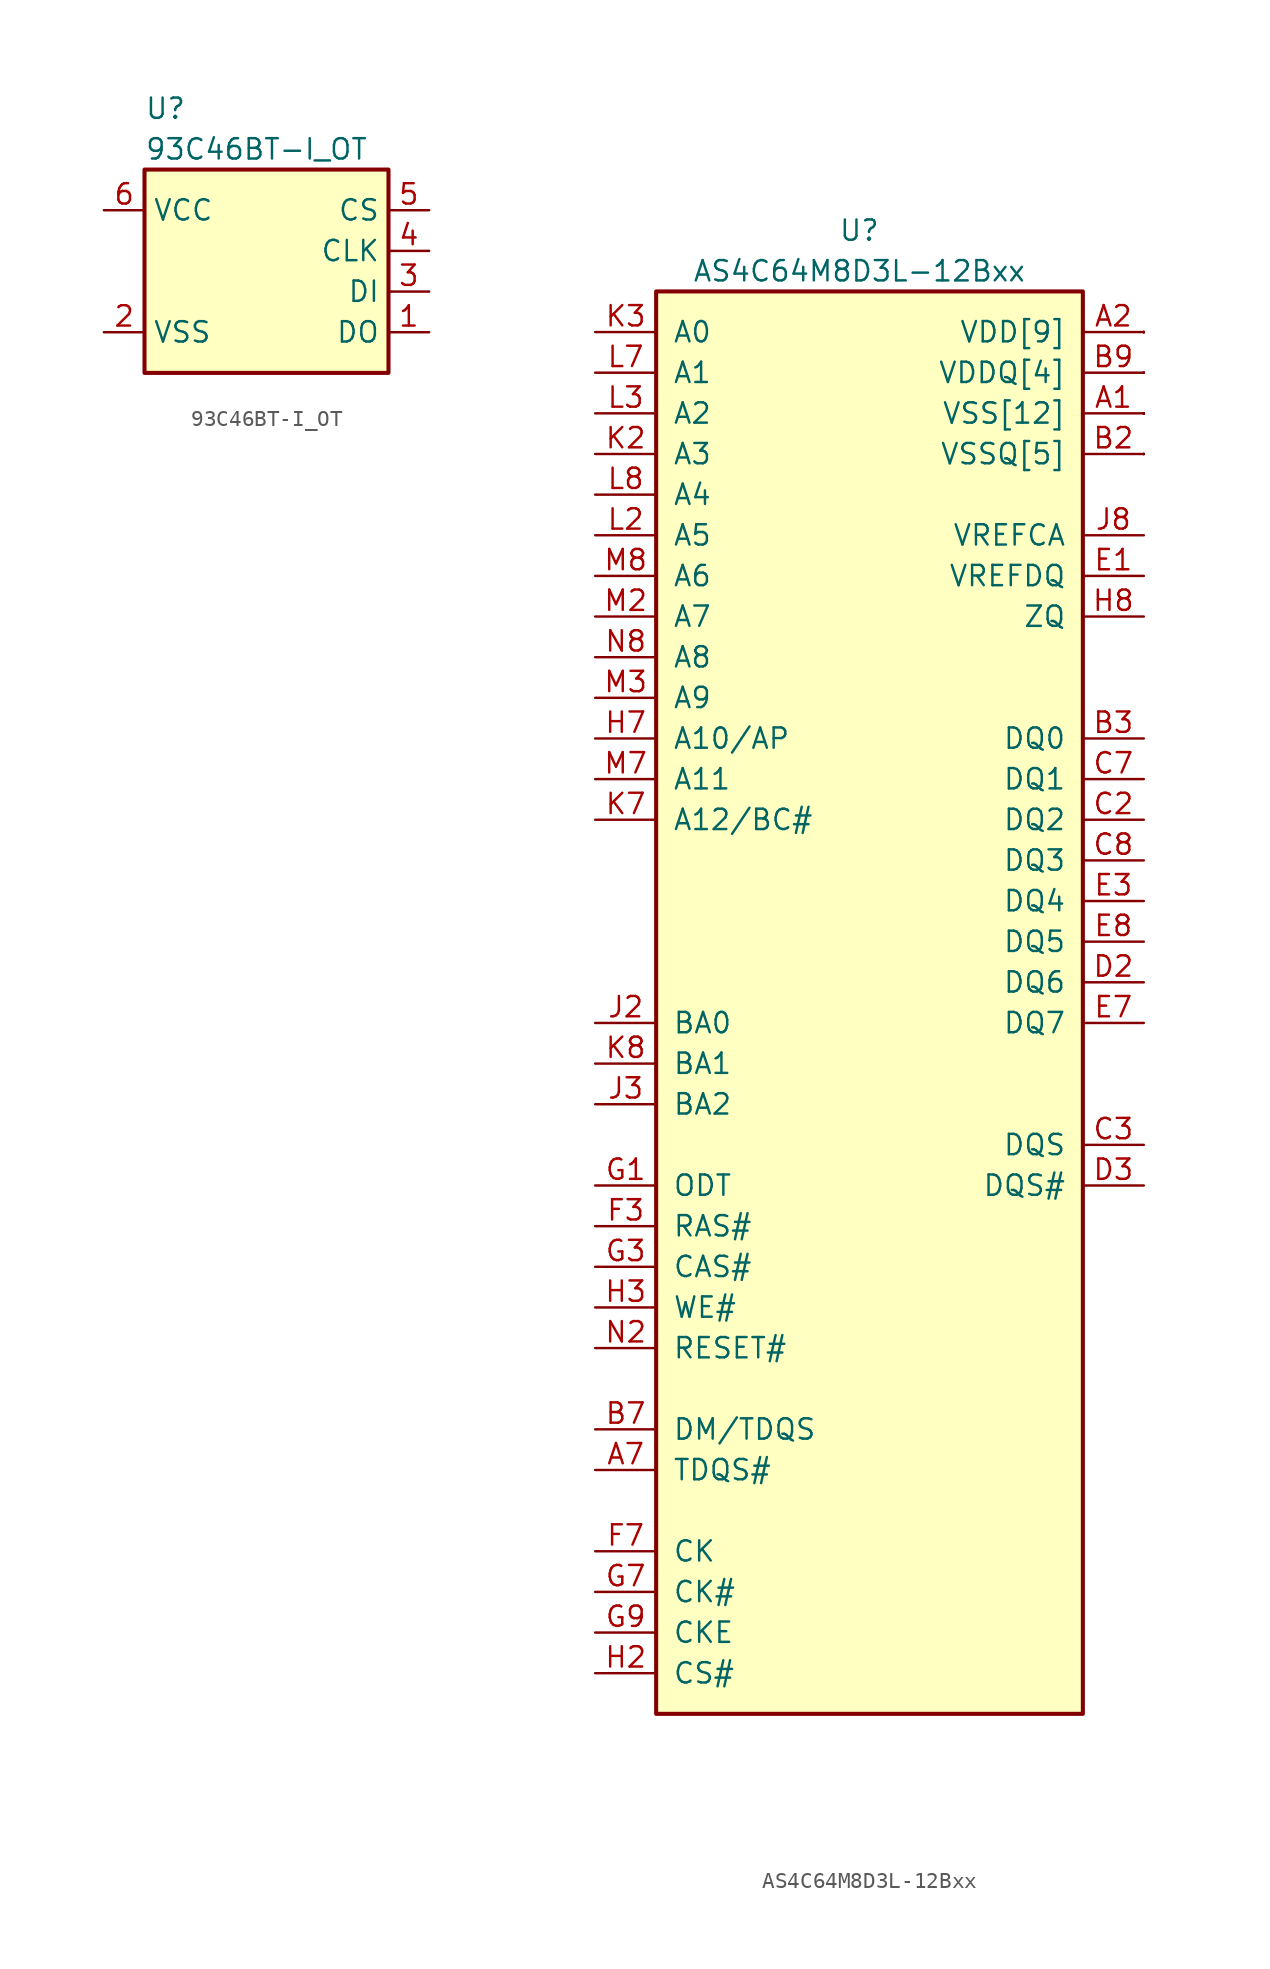
<source format=kicad_sym>
(kicad_symbol_lib
  (version 20231120)
  (generator "kicad_symbol_editor")
  (generator_version "8.0")
  (symbol "93C46BT-I_OT"
    (property "Reference" "U"
      (at -7.62 11.43 0)
      (effects (font (size 1.27 1.27)) (justify left)))
    (property "Value" "93C46BT-I_OT"
      (at -7.62 8.89 0)
      (effects (font (size 1.27 1.27)) (justify left)))
    (symbol "93C46BT-I_OT_1_1"
      (rectangle (start -7.62 7.62) (end 7.62 -5.08) (stroke (width 0.254) (type solid)) (fill (type background)))
      (pin tri_state line (at 10.16 -2.54 180) (length 2.54) (name "DO" (effects (font (size 1.27 1.27)))) (number "1" (effects (font (size 1.27 1.27)))))
      (pin power_in line (at -10.16 -2.54 0) (length 2.54) (name "VSS" (effects (font (size 1.27 1.27)))) (number "2" (effects (font (size 1.27 1.27)))))
      (pin input line (at 10.16 0 180) (length 2.54) (name "DI" (effects (font (size 1.27 1.27)))) (number "3" (effects (font (size 1.27 1.27)))))
      (pin input line (at 10.16 2.54 180) (length 2.54) (name "CLK" (effects (font (size 1.27 1.27)))) (number "4" (effects (font (size 1.27 1.27)))))
      (pin input line (at 10.16 5.08 180) (length 2.54) (name "CS" (effects (font (size 1.27 1.27)))) (number "5" (effects (font (size 1.27 1.27)))))
      (pin power_in line (at -10.16 5.08 0) (length 2.54) (name "VCC" (effects (font (size 1.27 1.27)))) (number "6" (effects (font (size 1.27 1.27)))))))
  (symbol "AS4C64M8D3L-12Bxx"
    (pin_names
      (offset 1.016))
    (property "Reference" "U"
      (at 0 36.83 0)
      (effects (font (size 1.27 1.27))))
    (property "Value" "AS4C64M8D3L-12Bxx"
      (at 0 34.29 0)
      (effects (font (size 1.27 1.27))))
    (symbol "AS4C64M8D3L-12Bxx_0_1"
      (rectangle (start -12.7 33.02) (end 13.97 -55.88) (stroke (width 0.254) (type solid)) (fill (type background))))
    (symbol "AS4C64M8D3L-12Bxx_1_1"
      (pin power_in line (at 17.78 25.4 180) (length 3.81) (name "VSS[12]" (effects (font (size 1.27 1.27)))) (number "A1" (effects (font (size 1.27 1.27)))))
      (pin power_in line (at 17.78 30.48 180) (length 3.81) (name "VDD[9]" (effects (font (size 1.27 1.27)))) (number "A2" (effects (font (size 1.27 1.27)))))
      (pin output line (at -16.51 -40.64 0) (length 3.81) (name "TDQS#" (effects (font (size 1.27 1.27)))) (number "A7" (effects (font (size 1.27 1.27)))))
      (pin power_in line (at 17.78 25.4 180) (length 0) (name "VSS" (effects (font (size 0 0)))) (number "A8" (effects (font (size 0 0)))))
      (pin power_in line (at 17.78 30.48 180) (length 0) (name "VDD" (effects (font (size 0 0)))) (number "A9" (effects (font (size 0 0)))))
      (pin power_in line (at 17.78 25.4 180) (length 0) (name "VSS" (effects (font (size 0 0)))) (number "B1" (effects (font (size 0 0)))))
      (pin power_in line (at 17.78 22.86 180) (length 3.81) (name "VSSQ[5]" (effects (font (size 1.27 1.27)))) (number "B2" (effects (font (size 1.27 1.27)))))
      (pin bidirectional line (at 17.78 5.08 180) (length 3.81) (name "DQ0" (effects (font (size 1.27 1.27)))) (number "B3" (effects (font (size 1.27 1.27)))))
      (pin bidirectional line (at -16.51 -38.1 0) (length 3.81) (name "DM/TDQS" (effects (font (size 1.27 1.27)))) (number "B7" (effects (font (size 1.27 1.27)))))
      (pin power_in line (at 17.78 22.86 180) (length 0) (name "VSSQ" (effects (font (size 0 0)))) (number "B8" (effects (font (size 0 0)))))
      (pin power_in line (at 17.78 27.94 180) (length 3.81) (name "VDDQ[4]" (effects (font (size 1.27 1.27)))) (number "B9" (effects (font (size 1.27 1.27)))))
      (pin power_in line (at 17.78 27.94 180) (length 0) (name "VDDQ" (effects (font (size 0 0)))) (number "C1" (effects (font (size 0 0)))))
      (pin bidirectional line (at 17.78 0 180) (length 3.81) (name "DQ2" (effects (font (size 1.27 1.27)))) (number "C2" (effects (font (size 1.27 1.27)))))
      (pin bidirectional line (at 17.78 -20.32 180) (length 3.81) (name "DQS" (effects (font (size 1.27 1.27)))) (number "C3" (effects (font (size 1.27 1.27)))))
      (pin bidirectional line (at 17.78 2.54 180) (length 3.81) (name "DQ1" (effects (font (size 1.27 1.27)))) (number "C7" (effects (font (size 1.27 1.27)))))
      (pin bidirectional line (at 17.78 -2.54 180) (length 3.81) (name "DQ3" (effects (font (size 1.27 1.27)))) (number "C8" (effects (font (size 1.27 1.27)))))
      (pin power_in line (at 17.78 22.86 180) (length 0) (name "VSSQ" (effects (font (size 0 0)))) (number "C9" (effects (font (size 0 0)))))
      (pin power_in line (at 17.78 22.86 180) (length 0) (name "VSSQ" (effects (font (size 0 0)))) (number "D1" (effects (font (size 0 0)))))
      (pin bidirectional line (at 17.78 -10.16 180) (length 3.81) (name "DQ6" (effects (font (size 1.27 1.27)))) (number "D2" (effects (font (size 1.27 1.27)))))
      (pin bidirectional line (at 17.78 -22.86 180) (length 3.81) (name "DQS#" (effects (font (size 1.27 1.27)))) (number "D3" (effects (font (size 1.27 1.27)))))
      (pin power_in line (at 17.78 30.48 180) (length 0) (name "VDD" (effects (font (size 0 0)))) (number "D7" (effects (font (size 0 0)))))
      (pin power_in line (at 17.78 25.4 180) (length 0) (name "VSS" (effects (font (size 0 0)))) (number "D8" (effects (font (size 0 0)))))
      (pin power_in line (at 17.78 22.86 180) (length 0) (name "VSSQ" (effects (font (size 0 0)))) (number "D9" (effects (font (size 0 0)))))
      (pin input line (at 17.78 15.24 180) (length 3.81) (name "VREFDQ" (effects (font (size 1.27 1.27)))) (number "E1" (effects (font (size 1.27 1.27)))))
      (pin power_in line (at 17.78 27.94 180) (length 0) (name "VDDQ" (effects (font (size 0 0)))) (number "E2" (effects (font (size 0 0)))))
      (pin bidirectional line (at 17.78 -5.08 180) (length 3.81) (name "DQ4" (effects (font (size 1.27 1.27)))) (number "E3" (effects (font (size 1.27 1.27)))))
      (pin bidirectional line (at 17.78 -12.7 180) (length 3.81) (name "DQ7" (effects (font (size 1.27 1.27)))) (number "E7" (effects (font (size 1.27 1.27)))))
      (pin bidirectional line (at 17.78 -7.62 180) (length 3.81) (name "DQ5" (effects (font (size 1.27 1.27)))) (number "E8" (effects (font (size 1.27 1.27)))))
      (pin power_in line (at 17.78 27.94 180) (length 0) (name "VDDQ" (effects (font (size 0 0)))) (number "E9" (effects (font (size 0 0)))))
      (pin power_in line (at 17.78 25.4 180) (length 0) (name "VSS" (effects (font (size 0 0)))) (number "F2" (effects (font (size 0 0)))))
      (pin input line (at -16.51 -25.4 0) (length 3.81) (name "RAS#" (effects (font (size 1.27 1.27)))) (number "F3" (effects (font (size 1.27 1.27)))))
      (pin input line (at -16.51 -45.72 0) (length 3.81) (name "CK" (effects (font (size 1.27 1.27)))) (number "F7" (effects (font (size 1.27 1.27)))))
      (pin power_in line (at 17.78 25.4 180) (length 0) (name "VSS" (effects (font (size 0 0)))) (number "F8" (effects (font (size 0 0)))))
      (pin input line (at -16.51 -22.86 0) (length 3.81) (name "ODT" (effects (font (size 1.27 1.27)))) (number "G1" (effects (font (size 1.27 1.27)))))
      (pin power_in line (at 17.78 30.48 180) (length 0) (name "VDD" (effects (font (size 0 0)))) (number "G2" (effects (font (size 0 0)))))
      (pin input line (at -16.51 -27.94 0) (length 3.81) (name "CAS#" (effects (font (size 1.27 1.27)))) (number "G3" (effects (font (size 1.27 1.27)))))
      (pin input line (at -16.51 -48.26 0) (length 3.81) (name "CK#" (effects (font (size 1.27 1.27)))) (number "G7" (effects (font (size 1.27 1.27)))))
      (pin power_in line (at 17.78 30.48 180) (length 0) (name "VDD" (effects (font (size 0 0)))) (number "G8" (effects (font (size 0 0)))))
      (pin input line (at -16.51 -50.8 0) (length 3.81) (name "CKE" (effects (font (size 1.27 1.27)))) (number "G9" (effects (font (size 1.27 1.27)))))
      (pin input line (at -16.51 -53.34 0) (length 3.81) (name "CS#" (effects (font (size 1.27 1.27)))) (number "H2" (effects (font (size 1.27 1.27)))))
      (pin input line (at -16.51 -30.48 0) (length 3.81) (name "WE#" (effects (font (size 1.27 1.27)))) (number "H3" (effects (font (size 1.27 1.27)))))
      (pin input line (at -16.51 5.08 0) (length 3.81) (name "A10/AP" (effects (font (size 1.27 1.27)))) (number "H7" (effects (font (size 1.27 1.27)))))
      (pin input line (at 17.78 12.7 180) (length 3.81) (name "ZQ" (effects (font (size 1.27 1.27)))) (number "H8" (effects (font (size 1.27 1.27)))))
      (pin power_in line (at 17.78 25.4 180) (length 0) (name "VSS" (effects (font (size 0 0)))) (number "J1" (effects (font (size 0 0)))))
      (pin input line (at -16.51 -12.7 0) (length 3.81) (name "BA0" (effects (font (size 1.27 1.27)))) (number "J2" (effects (font (size 1.27 1.27)))))
      (pin input line (at -16.51 -17.78 0) (length 3.81) (name "BA2" (effects (font (size 1.27 1.27)))) (number "J3" (effects (font (size 1.27 1.27)))))
      (pin no_connect line (at -16.51 -7.62 0) (length 3.81) hide (name "A15" (effects (font (size 1.27 1.27)))) (number "J7" (effects (font (size 1.27 1.27)))))
      (pin input line (at 17.78 17.78 180) (length 3.81) (name "VREFCA" (effects (font (size 1.27 1.27)))) (number "J8" (effects (font (size 1.27 1.27)))))
      (pin power_in line (at 17.78 25.4 180) (length 0) (name "VSS" (effects (font (size 0 0)))) (number "J9" (effects (font (size 0 0)))))
      (pin power_in line (at 17.78 30.48 180) (length 0) (name "VDD" (effects (font (size 0 0)))) (number "K1" (effects (font (size 0 0)))))
      (pin input line (at -16.51 22.86 0) (length 3.81) (name "A3" (effects (font (size 1.27 1.27)))) (number "K2" (effects (font (size 1.27 1.27)))))
      (pin input line (at -16.51 30.48 0) (length 3.81) (name "A0" (effects (font (size 1.27 1.27)))) (number "K3" (effects (font (size 1.27 1.27)))))
      (pin input line (at -16.51 0 0) (length 3.81) (name "A12/BC#" (effects (font (size 1.27 1.27)))) (number "K7" (effects (font (size 1.27 1.27)))))
      (pin input line (at -16.51 -15.24 0) (length 3.81) (name "BA1" (effects (font (size 1.27 1.27)))) (number "K8" (effects (font (size 1.27 1.27)))))
      (pin power_in line (at 17.78 30.48 180) (length 0) (name "VDD" (effects (font (size 0 0)))) (number "K9" (effects (font (size 0 0)))))
      (pin power_in line (at 17.78 25.4 180) (length 0) (name "VSS" (effects (font (size 0 0)))) (number "L1" (effects (font (size 0 0)))))
      (pin input line (at -16.51 17.78 0) (length 3.81) (name "A5" (effects (font (size 1.27 1.27)))) (number "L2" (effects (font (size 1.27 1.27)))))
      (pin input line (at -16.51 25.4 0) (length 3.81) (name "A2" (effects (font (size 1.27 1.27)))) (number "L3" (effects (font (size 1.27 1.27)))))
      (pin input line (at -16.51 27.94 0) (length 3.81) (name "A1" (effects (font (size 1.27 1.27)))) (number "L7" (effects (font (size 1.27 1.27)))))
      (pin input line (at -16.51 20.32 0) (length 3.81) (name "A4" (effects (font (size 1.27 1.27)))) (number "L8" (effects (font (size 1.27 1.27)))))
      (pin power_in line (at 17.78 25.4 180) (length 0) (name "VSS" (effects (font (size 0 0)))) (number "L9" (effects (font (size 0 0)))))
      (pin power_in line (at 17.78 30.48 180) (length 0) (name "VDD" (effects (font (size 0 0)))) (number "M1" (effects (font (size 0 0)))))
      (pin input line (at -16.51 12.7 0) (length 3.81) (name "A7" (effects (font (size 1.27 1.27)))) (number "M2" (effects (font (size 1.27 1.27)))))
      (pin input line (at -16.51 7.62 0) (length 3.81) (name "A9" (effects (font (size 1.27 1.27)))) (number "M3" (effects (font (size 1.27 1.27)))))
      (pin input line (at -16.51 2.54 0) (length 3.81) (name "A11" (effects (font (size 1.27 1.27)))) (number "M7" (effects (font (size 1.27 1.27)))))
      (pin input line (at -16.51 15.24 0) (length 3.81) (name "A6" (effects (font (size 1.27 1.27)))) (number "M8" (effects (font (size 1.27 1.27)))))
      (pin power_in line (at 17.78 30.48 180) (length 0) (name "VDD" (effects (font (size 0 0)))) (number "M9" (effects (font (size 0 0)))))
      (pin power_in line (at 17.78 25.4 180) (length 0) (name "VSS" (effects (font (size 0 0)))) (number "N1" (effects (font (size 0 0)))))
      (pin input line (at -16.51 -33.02 0) (length 3.81) (name "RESET#" (effects (font (size 1.27 1.27)))) (number "N2" (effects (font (size 1.27 1.27)))))
      (pin no_connect line (at -16.51 -2.54 0) (length 3.81) hide (name "A13" (effects (font (size 1.27 1.27)))) (number "N3" (effects (font (size 1.27 1.27)))))
      (pin no_connect line (at -16.51 -5.08 0) (length 3.81) hide (name "A14" (effects (font (size 1.27 1.27)))) (number "N7" (effects (font (size 1.27 1.27)))))
      (pin input line (at -16.51 10.16 0) (length 3.81) (name "A8" (effects (font (size 1.27 1.27)))) (number "N8" (effects (font (size 1.27 1.27)))))
      (pin power_in line (at 17.78 25.4 180) (length 0) (name "VSS" (effects (font (size 0 0)))) (number "N9" (effects (font (size 0 0))))))))
</source>
